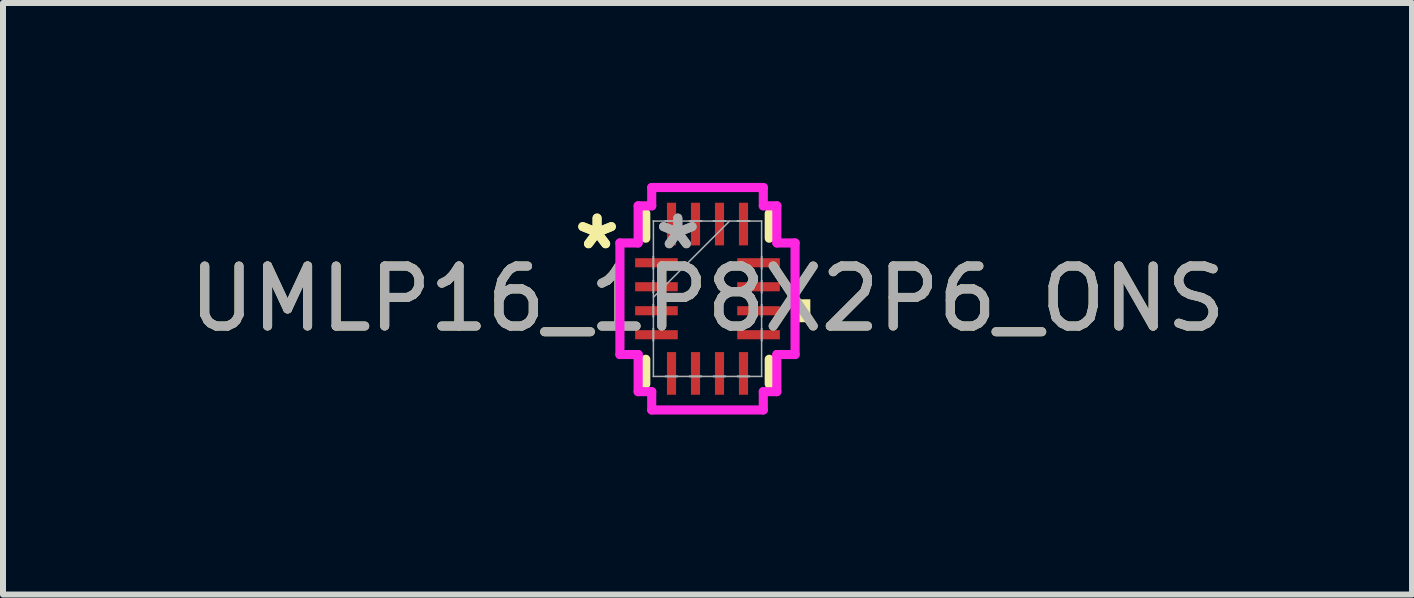
<source format=kicad_pcb>
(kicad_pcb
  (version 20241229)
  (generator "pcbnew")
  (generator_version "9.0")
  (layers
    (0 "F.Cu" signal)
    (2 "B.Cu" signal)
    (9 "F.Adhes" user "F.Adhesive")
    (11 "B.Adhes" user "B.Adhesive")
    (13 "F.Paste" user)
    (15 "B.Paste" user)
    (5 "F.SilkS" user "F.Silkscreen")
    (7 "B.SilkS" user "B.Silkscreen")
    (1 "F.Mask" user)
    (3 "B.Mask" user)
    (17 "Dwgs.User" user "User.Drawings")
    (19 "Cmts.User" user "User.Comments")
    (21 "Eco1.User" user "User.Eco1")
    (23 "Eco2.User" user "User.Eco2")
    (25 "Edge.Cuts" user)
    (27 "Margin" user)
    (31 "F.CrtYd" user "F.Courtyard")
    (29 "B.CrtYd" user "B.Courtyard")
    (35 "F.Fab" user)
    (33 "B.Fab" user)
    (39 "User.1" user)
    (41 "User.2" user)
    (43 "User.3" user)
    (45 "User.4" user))
  (footprint "UMLP16_1P8X2P6_ONS"
    (layer "F.Cu")
    (at 8.744 1.93)
    (property "Reference" "UMLP16_1P8X2P6_ONS" (at 0 0 0) (unlocked yes) (layer "F.SilkS") (effects (font (size 1 1) (thickness 0.15))))
    (attr smd)
    (fp_line (start -1.029 -1.422) (end -1.029 -1.009) (stroke (width 0.152) (type solid)) (layer "F.SilkS"))
    (fp_line (start -1.029 1.009) (end -1.029 1.422) (stroke (width 0.152) (type solid)) (layer "F.SilkS"))
    (fp_line (start 1.029 -1.009) (end 1.029 -1.422) (stroke (width 0.152) (type solid)) (layer "F.SilkS"))
    (fp_line (start 1.029 1.422) (end 1.029 1.009) (stroke (width 0.152) (type solid)) (layer "F.SilkS"))
    (fp_poly (pts (xy 1.714 0.009) (xy 1.714 0.391) (xy 1.46 0.391) (xy 1.46 0.009)) (stroke (width 0) (type solid)) (fill yes) (layer "F.SilkS"))
    (fp_line (start -1.46 -0.93) (end -1.156 -0.93) (stroke (width 0.152) (type solid)) (layer "F.CrtYd"))
    (fp_line (start -1.46 0.93) (end -1.46 -0.93) (stroke (width 0.152) (type solid)) (layer "F.CrtYd"))
    (fp_line (start -1.156 -1.549) (end -0.93 -1.549) (stroke (width 0.152) (type solid)) (layer "F.CrtYd"))
    (fp_line (start -1.156 -0.93) (end -1.156 -1.549) (stroke (width 0.152) (type solid)) (layer "F.CrtYd"))
    (fp_line (start -1.156 0.93) (end -1.46 0.93) (stroke (width 0.152) (type solid)) (layer "F.CrtYd"))
    (fp_line (start -1.156 1.549) (end -1.156 0.93) (stroke (width 0.152) (type solid)) (layer "F.CrtYd"))
    (fp_line (start -0.93 -1.854) (end 0.93 -1.854) (stroke (width 0.152) (type solid)) (layer "F.CrtYd"))
    (fp_line (start -0.93 -1.549) (end -0.93 -1.854) (stroke (width 0.152) (type solid)) (layer "F.CrtYd"))
    (fp_line (start -0.93 1.549) (end -1.156 1.549) (stroke (width 0.152) (type solid)) (layer "F.CrtYd"))
    (fp_line (start -0.93 1.854) (end -0.93 1.549) (stroke (width 0.152) (type solid)) (layer "F.CrtYd"))
    (fp_line (start 0.93 -1.854) (end 0.93 -1.549) (stroke (width 0.152) (type solid)) (layer "F.CrtYd"))
    (fp_line (start 0.93 -1.549) (end 1.156 -1.549) (stroke (width 0.152) (type solid)) (layer "F.CrtYd"))
    (fp_line (start 0.93 1.549) (end 0.93 1.854) (stroke (width 0.152) (type solid)) (layer "F.CrtYd"))
    (fp_line (start 0.93 1.854) (end -0.93 1.854) (stroke (width 0.152) (type solid)) (layer "F.CrtYd"))
    (fp_line (start 1.156 -1.549) (end 1.156 -0.93) (stroke (width 0.152) (type solid)) (layer "F.CrtYd"))
    (fp_line (start 1.156 -0.93) (end 1.46 -0.93) (stroke (width 0.152) (type solid)) (layer "F.CrtYd"))
    (fp_line (start 1.156 0.93) (end 1.156 1.549) (stroke (width 0.152) (type solid)) (layer "F.CrtYd"))
    (fp_line (start 1.156 1.549) (end 0.93 1.549) (stroke (width 0.152) (type solid)) (layer "F.CrtYd"))
    (fp_line (start 1.46 -0.93) (end 1.46 0.93) (stroke (width 0.152) (type solid)) (layer "F.CrtYd"))
    (fp_line (start 1.46 0.93) (end 1.156 0.93) (stroke (width 0.152) (type solid)) (layer "F.CrtYd"))
    (fp_line (start -0.902 -1.295) (end -0.902 -1.295) (stroke (width 0.025) (type solid)) (layer "F.Fab"))
    (fp_line (start -0.902 -1.295) (end -0.902 1.295) (stroke (width 0.025) (type solid)) (layer "F.Fab"))
    (fp_line (start -0.902 -0.702) (end -0.902 -0.702) (stroke (width 0.025) (type solid)) (layer "F.Fab"))
    (fp_line (start -0.902 -0.702) (end -0.902 -0.498) (stroke (width 0.025) (type solid)) (layer "F.Fab"))
    (fp_line (start -0.902 -0.498) (end -0.902 -0.702) (stroke (width 0.025) (type solid)) (layer "F.Fab"))
    (fp_line (start -0.902 -0.498) (end -0.902 -0.498) (stroke (width 0.025) (type solid)) (layer "F.Fab"))
    (fp_line (start -0.902 -0.302) (end -0.902 -0.302) (stroke (width 0.025) (type solid)) (layer "F.Fab"))
    (fp_line (start -0.902 -0.302) (end -0.902 -0.098) (stroke (width 0.025) (type solid)) (layer "F.Fab"))
    (fp_line (start -0.902 -0.098) (end -0.902 -0.302) (stroke (width 0.025) (type solid)) (layer "F.Fab"))
    (fp_line (start -0.902 -0.098) (end -0.902 -0.098) (stroke (width 0.025) (type solid)) (layer "F.Fab"))
    (fp_line (start -0.902 -0.025) (end 0.368 -1.295) (stroke (width 0.025) (type solid)) (layer "F.Fab"))
    (fp_line (start -0.902 0.098) (end -0.902 0.098) (stroke (width 0.025) (type solid)) (layer "F.Fab"))
    (fp_line (start -0.902 0.098) (end -0.902 0.302) (stroke (width 0.025) (type solid)) (layer "F.Fab"))
    (fp_line (start -0.902 0.302) (end -0.902 0.098) (stroke (width 0.025) (type solid)) (layer "F.Fab"))
    (fp_line (start -0.902 0.302) (end -0.902 0.302) (stroke (width 0.025) (type solid)) (layer "F.Fab"))
    (fp_line (start -0.902 0.498) (end -0.902 0.498) (stroke (width 0.025) (type solid)) (layer "F.Fab"))
    (fp_line (start -0.902 0.498) (end -0.902 0.702) (stroke (width 0.025) (type solid)) (layer "F.Fab"))
    (fp_line (start -0.902 0.702) (end -0.902 0.498) (stroke (width 0.025) (type solid)) (layer "F.Fab"))
    (fp_line (start -0.902 0.702) (end -0.902 0.702) (stroke (width 0.025) (type solid)) (layer "F.Fab"))
    (fp_line (start -0.902 1.295) (end -0.902 1.295) (stroke (width 0.025) (type solid)) (layer "F.Fab"))
    (fp_line (start -0.902 1.295) (end 0.902 1.295) (stroke (width 0.025) (type solid)) (layer "F.Fab"))
    (fp_line (start -0.702 -1.295) (end -0.702 -1.295) (stroke (width 0.025) (type solid)) (layer "F.Fab"))
    (fp_line (start -0.702 -1.295) (end -0.498 -1.295) (stroke (width 0.025) (type solid)) (layer "F.Fab"))
    (fp_line (start -0.702 1.295) (end -0.702 1.295) (stroke (width 0.025) (type solid)) (layer "F.Fab"))
    (fp_line (start -0.702 1.295) (end -0.498 1.295) (stroke (width 0.025) (type solid)) (layer "F.Fab"))
    (fp_line (start -0.498 -1.295) (end -0.702 -1.295) (stroke (width 0.025) (type solid)) (layer "F.Fab"))
    (fp_line (start -0.498 -1.295) (end -0.498 -1.295) (stroke (width 0.025) (type solid)) (layer "F.Fab"))
    (fp_line (start -0.498 1.295) (end -0.702 1.295) (stroke (width 0.025) (type solid)) (layer "F.Fab"))
    (fp_line (start -0.498 1.295) (end -0.498 1.295) (stroke (width 0.025) (type solid)) (layer "F.Fab"))
    (fp_line (start -0.302 -1.295) (end -0.302 -1.295) (stroke (width 0.025) (type solid)) (layer "F.Fab"))
    (fp_line (start -0.302 -1.295) (end -0.098 -1.295) (stroke (width 0.025) (type solid)) (layer "F.Fab"))
    (fp_line (start -0.302 1.295) (end -0.302 1.295) (stroke (width 0.025) (type solid)) (layer "F.Fab"))
    (fp_line (start -0.302 1.295) (end -0.098 1.295) (stroke (width 0.025) (type solid)) (layer "F.Fab"))
    (fp_line (start -0.098 -1.295) (end -0.302 -1.295) (stroke (width 0.025) (type solid)) (layer "F.Fab"))
    (fp_line (start -0.098 -1.295) (end -0.098 -1.295) (stroke (width 0.025) (type solid)) (layer "F.Fab"))
    (fp_line (start -0.098 1.295) (end -0.302 1.295) (stroke (width 0.025) (type solid)) (layer "F.Fab"))
    (fp_line (start -0.098 1.295) (end -0.098 1.295) (stroke (width 0.025) (type solid)) (layer "F.Fab"))
    (fp_line (start 0.098 -1.295) (end 0.098 -1.295) (stroke (width 0.025) (type solid)) (layer "F.Fab"))
    (fp_line (start 0.098 -1.295) (end 0.302 -1.295) (stroke (width 0.025) (type solid)) (layer "F.Fab"))
    (fp_line (start 0.098 1.295) (end 0.098 1.295) (stroke (width 0.025) (type solid)) (layer "F.Fab"))
    (fp_line (start 0.098 1.295) (end 0.302 1.295) (stroke (width 0.025) (type solid)) (layer "F.Fab"))
    (fp_line (start 0.302 -1.295) (end 0.098 -1.295) (stroke (width 0.025) (type solid)) (layer "F.Fab"))
    (fp_line (start 0.302 -1.295) (end 0.302 -1.295) (stroke (width 0.025) (type solid)) (layer "F.Fab"))
    (fp_line (start 0.302 1.295) (end 0.098 1.295) (stroke (width 0.025) (type solid)) (layer "F.Fab"))
    (fp_line (start 0.302 1.295) (end 0.302 1.295) (stroke (width 0.025) (type solid)) (layer "F.Fab"))
    (fp_line (start 0.498 -1.295) (end 0.498 -1.295) (stroke (width 0.025) (type solid)) (layer "F.Fab"))
    (fp_line (start 0.498 -1.295) (end 0.702 -1.295) (stroke (width 0.025) (type solid)) (layer "F.Fab"))
    (fp_line (start 0.498 1.295) (end 0.498 1.295) (stroke (width 0.025) (type solid)) (layer "F.Fab"))
    (fp_line (start 0.498 1.295) (end 0.702 1.295) (stroke (width 0.025) (type solid)) (layer "F.Fab"))
    (fp_line (start 0.702 -1.295) (end 0.498 -1.295) (stroke (width 0.025) (type solid)) (layer "F.Fab"))
    (fp_line (start 0.702 -1.295) (end 0.702 -1.295) (stroke (width 0.025) (type solid)) (layer "F.Fab"))
    (fp_line (start 0.702 1.295) (end 0.498 1.295) (stroke (width 0.025) (type solid)) (layer "F.Fab"))
    (fp_line (start 0.702 1.295) (end 0.702 1.295) (stroke (width 0.025) (type solid)) (layer "F.Fab"))
    (fp_line (start 0.902 -1.295) (end -0.902 -1.295) (stroke (width 0.025) (type solid)) (layer "F.Fab"))
    (fp_line (start 0.902 -1.295) (end 0.902 -1.295) (stroke (width 0.025) (type solid)) (layer "F.Fab"))
    (fp_line (start 0.902 -0.702) (end 0.902 -0.702) (stroke (width 0.025) (type solid)) (layer "F.Fab"))
    (fp_line (start 0.902 -0.702) (end 0.902 -0.498) (stroke (width 0.025) (type solid)) (layer "F.Fab"))
    (fp_line (start 0.902 -0.498) (end 0.902 -0.702) (stroke (width 0.025) (type solid)) (layer "F.Fab"))
    (fp_line (start 0.902 -0.498) (end 0.902 -0.498) (stroke (width 0.025) (type solid)) (layer "F.Fab"))
    (fp_line (start 0.902 -0.302) (end 0.902 -0.302) (stroke (width 0.025) (type solid)) (layer "F.Fab"))
    (fp_line (start 0.902 -0.302) (end 0.902 -0.098) (stroke (width 0.025) (type solid)) (layer "F.Fab"))
    (fp_line (start 0.902 -0.098) (end 0.902 -0.302) (stroke (width 0.025) (type solid)) (layer "F.Fab"))
    (fp_line (start 0.902 -0.098) (end 0.902 -0.098) (stroke (width 0.025) (type solid)) (layer "F.Fab"))
    (fp_line (start 0.902 0.098) (end 0.902 0.098) (stroke (width 0.025) (type solid)) (layer "F.Fab"))
    (fp_line (start 0.902 0.098) (end 0.902 0.302) (stroke (width 0.025) (type solid)) (layer "F.Fab"))
    (fp_line (start 0.902 0.302) (end 0.902 0.098) (stroke (width 0.025) (type solid)) (layer "F.Fab"))
    (fp_line (start 0.902 0.302) (end 0.902 0.302) (stroke (width 0.025) (type solid)) (layer "F.Fab"))
    (fp_line (start 0.902 0.498) (end 0.902 0.498) (stroke (width 0.025) (type solid)) (layer "F.Fab"))
    (fp_line (start 0.902 0.498) (end 0.902 0.702) (stroke (width 0.025) (type solid)) (layer "F.Fab"))
    (fp_line (start 0.902 0.702) (end 0.902 0.498) (stroke (width 0.025) (type solid)) (layer "F.Fab"))
    (fp_line (start 0.902 0.702) (end 0.902 0.702) (stroke (width 0.025) (type solid)) (layer "F.Fab"))
    (fp_line (start 0.902 1.295) (end 0.902 -1.295) (stroke (width 0.025) (type solid)) (layer "F.Fab"))
    (fp_line (start 0.902 1.295) (end 0.902 1.295) (stroke (width 0.025) (type solid)) (layer "F.Fab"))
    (fp_text user "*" (at -1.841 -0.8 0) (layer "F.SilkS") (effects (font (size 1 1) (thickness 0.15))))
    (fp_text user "*" (at -1.841 -0.8 0) (unlocked yes) (layer "F.SilkS") (effects (font (size 1 1) (thickness 0.15))))
    (fp_text user "${REFERENCE}" (at 0 0 0) (unlocked yes) (layer "F.Fab") (effects (font (size 1 1) (thickness 0.15))))
    (fp_text user "*" (at -0.495 -0.8 0) (layer "F.Fab") (effects (font (size 1 1) (thickness 0.15))))
    (fp_text user "*" (at -0.495 -0.8 0) (unlocked yes) (layer "F.Fab") (effects (font (size 1 1) (thickness 0.15))))
    (pad "1" smd rect (at -0.851 -0.6 90) (size 0.152 0.711) (layers "F.Cu" "F.Mask" "F.Paste"))
    (pad "2" smd rect (at -0.851 -0.2 90) (size 0.152 0.711) (layers "F.Cu" "F.Mask" "F.Paste"))
    (pad "3" smd rect (at -0.851 0.2 90) (size 0.152 0.711) (layers "F.Cu" "F.Mask" "F.Paste"))
    (pad "4" smd rect (at -0.851 0.6 90) (size 0.152 0.711) (layers "F.Cu" "F.Mask" "F.Paste"))
    (pad "5" smd rect (at -0.6 1.245) (size 0.152 0.711) (layers "F.Cu" "F.Mask" "F.Paste"))
    (pad "6" smd rect (at -0.2 1.245) (size 0.152 0.711) (layers "F.Cu" "F.Mask" "F.Paste"))
    (pad "7" smd rect (at 0.2 1.245) (size 0.152 0.711) (layers "F.Cu" "F.Mask" "F.Paste"))
    (pad "8" smd rect (at 0.6 1.245) (size 0.152 0.711) (layers "F.Cu" "F.Mask" "F.Paste"))
    (pad "9" smd rect (at 0.851 0.6 90) (size 0.152 0.711) (layers "F.Cu" "F.Mask" "F.Paste"))
    (pad "10" smd rect (at 0.851 0.2 90) (size 0.152 0.711) (layers "F.Cu" "F.Mask" "F.Paste"))
    (pad "11" smd rect (at 0.851 -0.2 90) (size 0.152 0.711) (layers "F.Cu" "F.Mask" "F.Paste"))
    (pad "12" smd rect (at 0.851 -0.6 90) (size 0.152 0.711) (layers "F.Cu" "F.Mask" "F.Paste"))
    (pad "13" smd rect (at 0.6 -1.245) (size 0.152 0.711) (layers "F.Cu" "F.Mask" "F.Paste"))
    (pad "14" smd rect (at 0.2 -1.245) (size 0.152 0.711) (layers "F.Cu" "F.Mask" "F.Paste"))
    (pad "15" smd rect (at -0.2 -1.245) (size 0.152 0.711) (layers "F.Cu" "F.Mask" "F.Paste"))
    (pad "16" smd rect (at -0.6 -1.245) (size 0.152 0.711) (layers "F.Cu" "F.Mask" "F.Paste")))
  (gr_rect
    (start -3 -3)
    (end 20.488 6.861)
    (stroke (width 0.1) (type default))
    (fill no)
    (layer "Edge.Cuts")))
</source>
